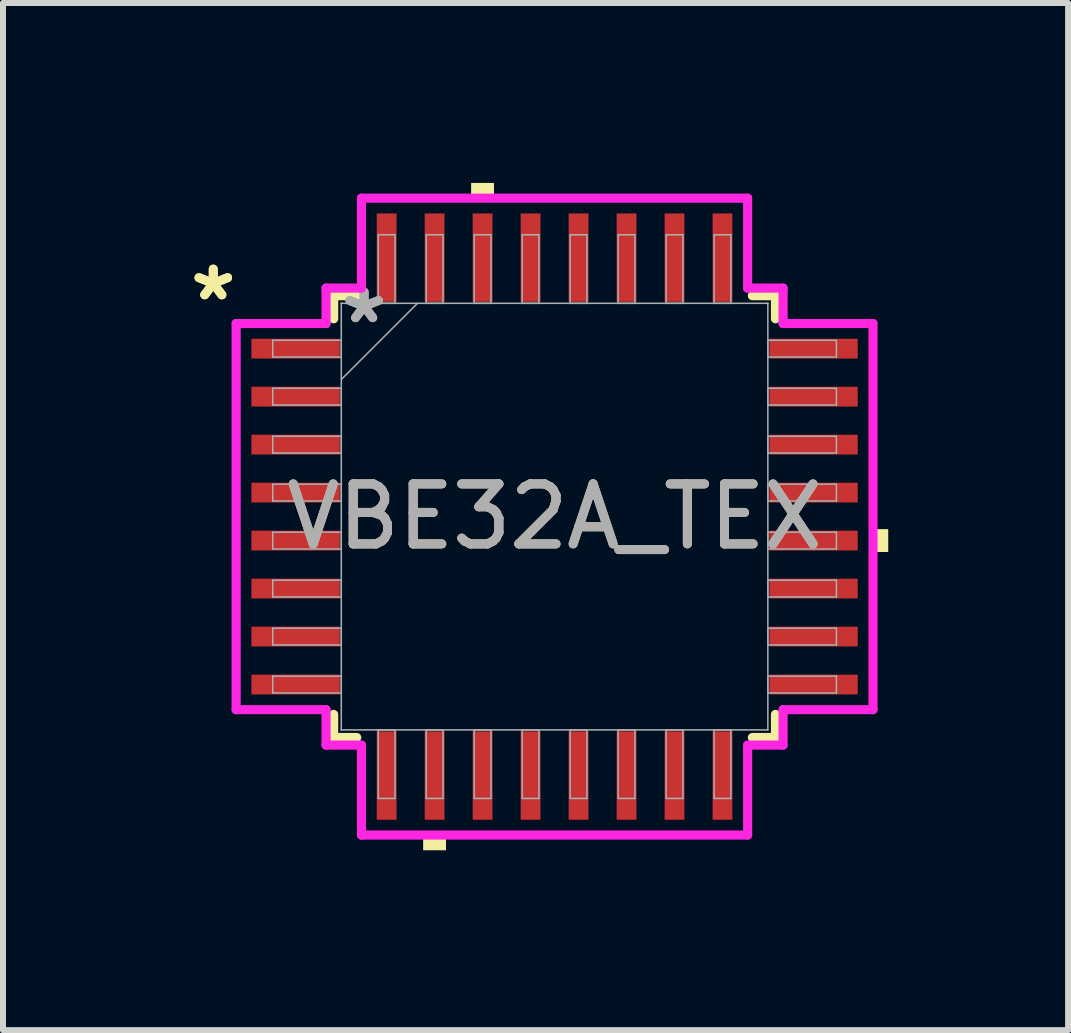
<source format=kicad_pcb>
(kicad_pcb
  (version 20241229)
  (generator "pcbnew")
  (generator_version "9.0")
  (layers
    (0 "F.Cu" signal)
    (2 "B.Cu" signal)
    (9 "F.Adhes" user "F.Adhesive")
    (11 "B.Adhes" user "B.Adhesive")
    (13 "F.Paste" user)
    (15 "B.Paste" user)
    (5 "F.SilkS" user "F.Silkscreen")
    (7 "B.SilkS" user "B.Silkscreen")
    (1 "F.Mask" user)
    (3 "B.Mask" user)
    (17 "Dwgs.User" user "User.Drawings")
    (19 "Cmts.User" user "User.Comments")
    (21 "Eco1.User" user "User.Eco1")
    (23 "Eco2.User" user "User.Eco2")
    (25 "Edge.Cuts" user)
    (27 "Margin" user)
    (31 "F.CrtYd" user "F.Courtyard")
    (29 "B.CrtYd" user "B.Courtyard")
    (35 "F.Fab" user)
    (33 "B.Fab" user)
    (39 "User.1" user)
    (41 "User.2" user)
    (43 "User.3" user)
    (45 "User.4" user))
  (footprint "VBE32A_TEX"
    (layer "F.Cu")
    (at 6.196 5.563)
    (property "Reference" "VBE32A_TEX" (at 0 0 0) (unlocked yes) (layer "F.SilkS") (effects (font (size 1 1) (thickness 0.15))))
    (attr smd)
    (fp_line (start -3.683 -3.683) (end -3.683 -3.298) (stroke (width 0.152) (type solid)) (layer "F.SilkS"))
    (fp_line (start -3.683 3.298) (end -3.683 3.683) (stroke (width 0.152) (type solid)) (layer "F.SilkS"))
    (fp_line (start -3.683 3.683) (end -3.298 3.683) (stroke (width 0.152) (type solid)) (layer "F.SilkS"))
    (fp_line (start -3.298 -3.683) (end -3.683 -3.683) (stroke (width 0.152) (type solid)) (layer "F.SilkS"))
    (fp_line (start 3.298 3.683) (end 3.683 3.683) (stroke (width 0.152) (type solid)) (layer "F.SilkS"))
    (fp_line (start 3.683 -3.683) (end 3.298 -3.683) (stroke (width 0.152) (type solid)) (layer "F.SilkS"))
    (fp_line (start 3.683 -3.298) (end 3.683 -3.683) (stroke (width 0.152) (type solid)) (layer "F.SilkS"))
    (fp_line (start 3.683 3.683) (end 3.683 3.298) (stroke (width 0.152) (type solid)) (layer "F.SilkS"))
    (fp_poly (pts (xy -2.191 5.309) (xy -2.191 5.563) (xy -1.81 5.563) (xy -1.81 5.309)) (stroke (width 0) (type solid)) (fill yes) (layer "F.SilkS"))
    (fp_poly (pts (xy -1.391 -5.309) (xy -1.391 -5.563) (xy -1.01 -5.563) (xy -1.01 -5.309)) (stroke (width 0) (type solid)) (fill yes) (layer "F.SilkS"))
    (fp_poly (pts (xy 5.563 0.209) (xy 5.563 0.59) (xy 5.309 0.59) (xy 5.309 0.209)) (stroke (width 0) (type solid)) (fill yes) (layer "F.SilkS"))
    (fp_line (start -5.309 -3.219) (end -3.81 -3.219) (stroke (width 0.152) (type solid)) (layer "F.CrtYd"))
    (fp_line (start -5.309 3.219) (end -5.309 -3.219) (stroke (width 0.152) (type solid)) (layer "F.CrtYd"))
    (fp_line (start -3.81 -3.81) (end -3.219 -3.81) (stroke (width 0.152) (type solid)) (layer "F.CrtYd"))
    (fp_line (start -3.81 -3.219) (end -3.81 -3.81) (stroke (width 0.152) (type solid)) (layer "F.CrtYd"))
    (fp_line (start -3.81 3.219) (end -5.309 3.219) (stroke (width 0.152) (type solid)) (layer "F.CrtYd"))
    (fp_line (start -3.81 3.81) (end -3.81 3.219) (stroke (width 0.152) (type solid)) (layer "F.CrtYd"))
    (fp_line (start -3.81 3.81) (end -3.219 3.81) (stroke (width 0.152) (type solid)) (layer "F.CrtYd"))
    (fp_line (start -3.219 -5.309) (end 3.219 -5.309) (stroke (width 0.152) (type solid)) (layer "F.CrtYd"))
    (fp_line (start -3.219 -3.81) (end -3.219 -5.309) (stroke (width 0.152) (type solid)) (layer "F.CrtYd"))
    (fp_line (start -3.219 3.81) (end -3.219 5.309) (stroke (width 0.152) (type solid)) (layer "F.CrtYd"))
    (fp_line (start -3.219 5.309) (end 3.219 5.309) (stroke (width 0.152) (type solid)) (layer "F.CrtYd"))
    (fp_line (start 3.219 -5.309) (end 3.219 -3.81) (stroke (width 0.152) (type solid)) (layer "F.CrtYd"))
    (fp_line (start 3.219 -3.81) (end 3.81 -3.81) (stroke (width 0.152) (type solid)) (layer "F.CrtYd"))
    (fp_line (start 3.219 3.81) (end 3.81 3.81) (stroke (width 0.152) (type solid)) (layer "F.CrtYd"))
    (fp_line (start 3.219 5.309) (end 3.219 3.81) (stroke (width 0.152) (type solid)) (layer "F.CrtYd"))
    (fp_line (start 3.81 -3.219) (end 3.81 -3.81) (stroke (width 0.152) (type solid)) (layer "F.CrtYd"))
    (fp_line (start 3.81 3.219) (end 5.309 3.219) (stroke (width 0.152) (type solid)) (layer "F.CrtYd"))
    (fp_line (start 3.81 3.81) (end 3.81 3.219) (stroke (width 0.152) (type solid)) (layer "F.CrtYd"))
    (fp_line (start 5.309 -3.219) (end 3.81 -3.219) (stroke (width 0.152) (type solid)) (layer "F.CrtYd"))
    (fp_line (start 5.309 3.219) (end 5.309 -3.219) (stroke (width 0.152) (type solid)) (layer "F.CrtYd"))
    (fp_line (start -4.699 -2.94) (end -4.699 -2.66) (stroke (width 0.025) (type solid)) (layer "F.Fab"))
    (fp_line (start -4.699 -2.66) (end -3.556 -2.66) (stroke (width 0.025) (type solid)) (layer "F.Fab"))
    (fp_line (start -4.699 -2.14) (end -4.699 -1.86) (stroke (width 0.025) (type solid)) (layer "F.Fab"))
    (fp_line (start -4.699 -1.86) (end -3.556 -1.86) (stroke (width 0.025) (type solid)) (layer "F.Fab"))
    (fp_line (start -4.699 -1.34) (end -4.699 -1.06) (stroke (width 0.025) (type solid)) (layer "F.Fab"))
    (fp_line (start -4.699 -1.06) (end -3.556 -1.06) (stroke (width 0.025) (type solid)) (layer "F.Fab"))
    (fp_line (start -4.699 -0.54) (end -4.699 -0.26) (stroke (width 0.025) (type solid)) (layer "F.Fab"))
    (fp_line (start -4.699 -0.26) (end -3.556 -0.26) (stroke (width 0.025) (type solid)) (layer "F.Fab"))
    (fp_line (start -4.699 0.26) (end -4.699 0.54) (stroke (width 0.025) (type solid)) (layer "F.Fab"))
    (fp_line (start -4.699 0.54) (end -3.556 0.54) (stroke (width 0.025) (type solid)) (layer "F.Fab"))
    (fp_line (start -4.699 1.06) (end -4.699 1.34) (stroke (width 0.025) (type solid)) (layer "F.Fab"))
    (fp_line (start -4.699 1.34) (end -3.556 1.34) (stroke (width 0.025) (type solid)) (layer "F.Fab"))
    (fp_line (start -4.699 1.86) (end -4.699 2.14) (stroke (width 0.025) (type solid)) (layer "F.Fab"))
    (fp_line (start -4.699 2.14) (end -3.556 2.14) (stroke (width 0.025) (type solid)) (layer "F.Fab"))
    (fp_line (start -4.699 2.66) (end -4.699 2.94) (stroke (width 0.025) (type solid)) (layer "F.Fab"))
    (fp_line (start -4.699 2.94) (end -3.556 2.94) (stroke (width 0.025) (type solid)) (layer "F.Fab"))
    (fp_line (start -3.556 -3.556) (end -3.556 -3.556) (stroke (width 0.025) (type solid)) (layer "F.Fab"))
    (fp_line (start -3.556 -3.556) (end -3.556 3.556) (stroke (width 0.025) (type solid)) (layer "F.Fab"))
    (fp_line (start -3.556 -2.94) (end -4.699 -2.94) (stroke (width 0.025) (type solid)) (layer "F.Fab"))
    (fp_line (start -3.556 -2.66) (end -3.556 -2.94) (stroke (width 0.025) (type solid)) (layer "F.Fab"))
    (fp_line (start -3.556 -2.286) (end -2.286 -3.556) (stroke (width 0.025) (type solid)) (layer "F.Fab"))
    (fp_line (start -3.556 -2.14) (end -4.699 -2.14) (stroke (width 0.025) (type solid)) (layer "F.Fab"))
    (fp_line (start -3.556 -1.86) (end -3.556 -2.14) (stroke (width 0.025) (type solid)) (layer "F.Fab"))
    (fp_line (start -3.556 -1.34) (end -4.699 -1.34) (stroke (width 0.025) (type solid)) (layer "F.Fab"))
    (fp_line (start -3.556 -1.06) (end -3.556 -1.34) (stroke (width 0.025) (type solid)) (layer "F.Fab"))
    (fp_line (start -3.556 -0.54) (end -4.699 -0.54) (stroke (width 0.025) (type solid)) (layer "F.Fab"))
    (fp_line (start -3.556 -0.26) (end -3.556 -0.54) (stroke (width 0.025) (type solid)) (layer "F.Fab"))
    (fp_line (start -3.556 0.26) (end -4.699 0.26) (stroke (width 0.025) (type solid)) (layer "F.Fab"))
    (fp_line (start -3.556 0.54) (end -3.556 0.26) (stroke (width 0.025) (type solid)) (layer "F.Fab"))
    (fp_line (start -3.556 1.06) (end -4.699 1.06) (stroke (width 0.025) (type solid)) (layer "F.Fab"))
    (fp_line (start -3.556 1.34) (end -3.556 1.06) (stroke (width 0.025) (type solid)) (layer "F.Fab"))
    (fp_line (start -3.556 1.86) (end -4.699 1.86) (stroke (width 0.025) (type solid)) (layer "F.Fab"))
    (fp_line (start -3.556 2.14) (end -3.556 1.86) (stroke (width 0.025) (type solid)) (layer "F.Fab"))
    (fp_line (start -3.556 2.66) (end -4.699 2.66) (stroke (width 0.025) (type solid)) (layer "F.Fab"))
    (fp_line (start -3.556 2.94) (end -3.556 2.66) (stroke (width 0.025) (type solid)) (layer "F.Fab"))
    (fp_line (start -3.556 3.556) (end -3.556 3.556) (stroke (width 0.025) (type solid)) (layer "F.Fab"))
    (fp_line (start -3.556 3.556) (end 3.556 3.556) (stroke (width 0.025) (type solid)) (layer "F.Fab"))
    (fp_line (start -2.94 -4.699) (end -2.94 -3.556) (stroke (width 0.025) (type solid)) (layer "F.Fab"))
    (fp_line (start -2.94 -3.556) (end -2.66 -3.556) (stroke (width 0.025) (type solid)) (layer "F.Fab"))
    (fp_line (start -2.94 3.556) (end -2.94 4.699) (stroke (width 0.025) (type solid)) (layer "F.Fab"))
    (fp_line (start -2.94 4.699) (end -2.66 4.699) (stroke (width 0.025) (type solid)) (layer "F.Fab"))
    (fp_line (start -2.66 -4.699) (end -2.94 -4.699) (stroke (width 0.025) (type solid)) (layer "F.Fab"))
    (fp_line (start -2.66 -3.556) (end -2.66 -4.699) (stroke (width 0.025) (type solid)) (layer "F.Fab"))
    (fp_line (start -2.66 3.556) (end -2.94 3.556) (stroke (width 0.025) (type solid)) (layer "F.Fab"))
    (fp_line (start -2.66 4.699) (end -2.66 3.556) (stroke (width 0.025) (type solid)) (layer "F.Fab"))
    (fp_line (start -2.14 -4.699) (end -2.14 -3.556) (stroke (width 0.025) (type solid)) (layer "F.Fab"))
    (fp_line (start -2.14 -3.556) (end -1.86 -3.556) (stroke (width 0.025) (type solid)) (layer "F.Fab"))
    (fp_line (start -2.14 3.556) (end -2.14 4.699) (stroke (width 0.025) (type solid)) (layer "F.Fab"))
    (fp_line (start -2.14 4.699) (end -1.86 4.699) (stroke (width 0.025) (type solid)) (layer "F.Fab"))
    (fp_line (start -1.86 -4.699) (end -2.14 -4.699) (stroke (width 0.025) (type solid)) (layer "F.Fab"))
    (fp_line (start -1.86 -3.556) (end -1.86 -4.699) (stroke (width 0.025) (type solid)) (layer "F.Fab"))
    (fp_line (start -1.86 3.556) (end -2.14 3.556) (stroke (width 0.025) (type solid)) (layer "F.Fab"))
    (fp_line (start -1.86 4.699) (end -1.86 3.556) (stroke (width 0.025) (type solid)) (layer "F.Fab"))
    (fp_line (start -1.34 -4.699) (end -1.34 -3.556) (stroke (width 0.025) (type solid)) (layer "F.Fab"))
    (fp_line (start -1.34 -3.556) (end -1.06 -3.556) (stroke (width 0.025) (type solid)) (layer "F.Fab"))
    (fp_line (start -1.34 3.556) (end -1.34 4.699) (stroke (width 0.025) (type solid)) (layer "F.Fab"))
    (fp_line (start -1.34 4.699) (end -1.06 4.699) (stroke (width 0.025) (type solid)) (layer "F.Fab"))
    (fp_line (start -1.06 -4.699) (end -1.34 -4.699) (stroke (width 0.025) (type solid)) (layer "F.Fab"))
    (fp_line (start -1.06 -3.556) (end -1.06 -4.699) (stroke (width 0.025) (type solid)) (layer "F.Fab"))
    (fp_line (start -1.06 3.556) (end -1.34 3.556) (stroke (width 0.025) (type solid)) (layer "F.Fab"))
    (fp_line (start -1.06 4.699) (end -1.06 3.556) (stroke (width 0.025) (type solid)) (layer "F.Fab"))
    (fp_line (start -0.54 -4.699) (end -0.54 -3.556) (stroke (width 0.025) (type solid)) (layer "F.Fab"))
    (fp_line (start -0.54 -3.556) (end -0.26 -3.556) (stroke (width 0.025) (type solid)) (layer "F.Fab"))
    (fp_line (start -0.54 3.556) (end -0.54 4.699) (stroke (width 0.025) (type solid)) (layer "F.Fab"))
    (fp_line (start -0.54 4.699) (end -0.26 4.699) (stroke (width 0.025) (type solid)) (layer "F.Fab"))
    (fp_line (start -0.26 -4.699) (end -0.54 -4.699) (stroke (width 0.025) (type solid)) (layer "F.Fab"))
    (fp_line (start -0.26 -3.556) (end -0.26 -4.699) (stroke (width 0.025) (type solid)) (layer "F.Fab"))
    (fp_line (start -0.26 3.556) (end -0.54 3.556) (stroke (width 0.025) (type solid)) (layer "F.Fab"))
    (fp_line (start -0.26 4.699) (end -0.26 3.556) (stroke (width 0.025) (type solid)) (layer "F.Fab"))
    (fp_line (start 0.26 -4.699) (end 0.26 -3.556) (stroke (width 0.025) (type solid)) (layer "F.Fab"))
    (fp_line (start 0.26 -3.556) (end 0.54 -3.556) (stroke (width 0.025) (type solid)) (layer "F.Fab"))
    (fp_line (start 0.26 3.556) (end 0.26 4.699) (stroke (width 0.025) (type solid)) (layer "F.Fab"))
    (fp_line (start 0.26 4.699) (end 0.54 4.699) (stroke (width 0.025) (type solid)) (layer "F.Fab"))
    (fp_line (start 0.54 -4.699) (end 0.26 -4.699) (stroke (width 0.025) (type solid)) (layer "F.Fab"))
    (fp_line (start 0.54 -3.556) (end 0.54 -4.699) (stroke (width 0.025) (type solid)) (layer "F.Fab"))
    (fp_line (start 0.54 3.556) (end 0.26 3.556) (stroke (width 0.025) (type solid)) (layer "F.Fab"))
    (fp_line (start 0.54 4.699) (end 0.54 3.556) (stroke (width 0.025) (type solid)) (layer "F.Fab"))
    (fp_line (start 1.06 -4.699) (end 1.06 -3.556) (stroke (width 0.025) (type solid)) (layer "F.Fab"))
    (fp_line (start 1.06 -3.556) (end 1.34 -3.556) (stroke (width 0.025) (type solid)) (layer "F.Fab"))
    (fp_line (start 1.06 3.556) (end 1.06 4.699) (stroke (width 0.025) (type solid)) (layer "F.Fab"))
    (fp_line (start 1.06 4.699) (end 1.34 4.699) (stroke (width 0.025) (type solid)) (layer "F.Fab"))
    (fp_line (start 1.34 -4.699) (end 1.06 -4.699) (stroke (width 0.025) (type solid)) (layer "F.Fab"))
    (fp_line (start 1.34 -3.556) (end 1.34 -4.699) (stroke (width 0.025) (type solid)) (layer "F.Fab"))
    (fp_line (start 1.34 3.556) (end 1.06 3.556) (stroke (width 0.025) (type solid)) (layer "F.Fab"))
    (fp_line (start 1.34 4.699) (end 1.34 3.556) (stroke (width 0.025) (type solid)) (layer "F.Fab"))
    (fp_line (start 1.86 -4.699) (end 1.86 -3.556) (stroke (width 0.025) (type solid)) (layer "F.Fab"))
    (fp_line (start 1.86 -3.556) (end 2.14 -3.556) (stroke (width 0.025) (type solid)) (layer "F.Fab"))
    (fp_line (start 1.86 3.556) (end 1.86 4.699) (stroke (width 0.025) (type solid)) (layer "F.Fab"))
    (fp_line (start 1.86 4.699) (end 2.14 4.699) (stroke (width 0.025) (type solid)) (layer "F.Fab"))
    (fp_line (start 2.14 -4.699) (end 1.86 -4.699) (stroke (width 0.025) (type solid)) (layer "F.Fab"))
    (fp_line (start 2.14 -3.556) (end 2.14 -4.699) (stroke (width 0.025) (type solid)) (layer "F.Fab"))
    (fp_line (start 2.14 3.556) (end 1.86 3.556) (stroke (width 0.025) (type solid)) (layer "F.Fab"))
    (fp_line (start 2.14 4.699) (end 2.14 3.556) (stroke (width 0.025) (type solid)) (layer "F.Fab"))
    (fp_line (start 2.66 -4.699) (end 2.66 -3.556) (stroke (width 0.025) (type solid)) (layer "F.Fab"))
    (fp_line (start 2.66 -3.556) (end 2.94 -3.556) (stroke (width 0.025) (type solid)) (layer "F.Fab"))
    (fp_line (start 2.66 3.556) (end 2.66 4.699) (stroke (width 0.025) (type solid)) (layer "F.Fab"))
    (fp_line (start 2.66 4.699) (end 2.94 4.699) (stroke (width 0.025) (type solid)) (layer "F.Fab"))
    (fp_line (start 2.94 -4.699) (end 2.66 -4.699) (stroke (width 0.025) (type solid)) (layer "F.Fab"))
    (fp_line (start 2.94 -3.556) (end 2.94 -4.699) (stroke (width 0.025) (type solid)) (layer "F.Fab"))
    (fp_line (start 2.94 3.556) (end 2.66 3.556) (stroke (width 0.025) (type solid)) (layer "F.Fab"))
    (fp_line (start 2.94 4.699) (end 2.94 3.556) (stroke (width 0.025) (type solid)) (layer "F.Fab"))
    (fp_line (start 3.556 -3.556) (end -3.556 -3.556) (stroke (width 0.025) (type solid)) (layer "F.Fab"))
    (fp_line (start 3.556 -3.556) (end 3.556 -3.556) (stroke (width 0.025) (type solid)) (layer "F.Fab"))
    (fp_line (start 3.556 -2.94) (end 3.556 -2.66) (stroke (width 0.025) (type solid)) (layer "F.Fab"))
    (fp_line (start 3.556 -2.66) (end 4.699 -2.66) (stroke (width 0.025) (type solid)) (layer "F.Fab"))
    (fp_line (start 3.556 -2.14) (end 3.556 -1.86) (stroke (width 0.025) (type solid)) (layer "F.Fab"))
    (fp_line (start 3.556 -1.86) (end 4.699 -1.86) (stroke (width 0.025) (type solid)) (layer "F.Fab"))
    (fp_line (start 3.556 -1.34) (end 3.556 -1.06) (stroke (width 0.025) (type solid)) (layer "F.Fab"))
    (fp_line (start 3.556 -1.06) (end 4.699 -1.06) (stroke (width 0.025) (type solid)) (layer "F.Fab"))
    (fp_line (start 3.556 -0.54) (end 3.556 -0.26) (stroke (width 0.025) (type solid)) (layer "F.Fab"))
    (fp_line (start 3.556 -0.26) (end 4.699 -0.26) (stroke (width 0.025) (type solid)) (layer "F.Fab"))
    (fp_line (start 3.556 0.26) (end 3.556 0.54) (stroke (width 0.025) (type solid)) (layer "F.Fab"))
    (fp_line (start 3.556 0.54) (end 4.699 0.54) (stroke (width 0.025) (type solid)) (layer "F.Fab"))
    (fp_line (start 3.556 1.06) (end 3.556 1.34) (stroke (width 0.025) (type solid)) (layer "F.Fab"))
    (fp_line (start 3.556 1.34) (end 4.699 1.34) (stroke (width 0.025) (type solid)) (layer "F.Fab"))
    (fp_line (start 3.556 1.86) (end 3.556 2.14) (stroke (width 0.025) (type solid)) (layer "F.Fab"))
    (fp_line (start 3.556 2.14) (end 4.699 2.14) (stroke (width 0.025) (type solid)) (layer "F.Fab"))
    (fp_line (start 3.556 2.66) (end 3.556 2.94) (stroke (width 0.025) (type solid)) (layer "F.Fab"))
    (fp_line (start 3.556 2.94) (end 4.699 2.94) (stroke (width 0.025) (type solid)) (layer "F.Fab"))
    (fp_line (start 3.556 3.556) (end 3.556 -3.556) (stroke (width 0.025) (type solid)) (layer "F.Fab"))
    (fp_line (start 3.556 3.556) (end 3.556 3.556) (stroke (width 0.025) (type solid)) (layer "F.Fab"))
    (fp_line (start 4.699 -2.94) (end 3.556 -2.94) (stroke (width 0.025) (type solid)) (layer "F.Fab"))
    (fp_line (start 4.699 -2.66) (end 4.699 -2.94) (stroke (width 0.025) (type solid)) (layer "F.Fab"))
    (fp_line (start 4.699 -2.14) (end 3.556 -2.14) (stroke (width 0.025) (type solid)) (layer "F.Fab"))
    (fp_line (start 4.699 -1.86) (end 4.699 -2.14) (stroke (width 0.025) (type solid)) (layer "F.Fab"))
    (fp_line (start 4.699 -1.34) (end 3.556 -1.34) (stroke (width 0.025) (type solid)) (layer "F.Fab"))
    (fp_line (start 4.699 -1.06) (end 4.699 -1.34) (stroke (width 0.025) (type solid)) (layer "F.Fab"))
    (fp_line (start 4.699 -0.54) (end 3.556 -0.54) (stroke (width 0.025) (type solid)) (layer "F.Fab"))
    (fp_line (start 4.699 -0.26) (end 4.699 -0.54) (stroke (width 0.025) (type solid)) (layer "F.Fab"))
    (fp_line (start 4.699 0.26) (end 3.556 0.26) (stroke (width 0.025) (type solid)) (layer "F.Fab"))
    (fp_line (start 4.699 0.54) (end 4.699 0.26) (stroke (width 0.025) (type solid)) (layer "F.Fab"))
    (fp_line (start 4.699 1.06) (end 3.556 1.06) (stroke (width 0.025) (type solid)) (layer "F.Fab"))
    (fp_line (start 4.699 1.34) (end 4.699 1.06) (stroke (width 0.025) (type solid)) (layer "F.Fab"))
    (fp_line (start 4.699 1.86) (end 3.556 1.86) (stroke (width 0.025) (type solid)) (layer "F.Fab"))
    (fp_line (start 4.699 2.14) (end 4.699 1.86) (stroke (width 0.025) (type solid)) (layer "F.Fab"))
    (fp_line (start 4.699 2.66) (end 3.556 2.66) (stroke (width 0.025) (type solid)) (layer "F.Fab"))
    (fp_line (start 4.699 2.94) (end 4.699 2.66) (stroke (width 0.025) (type solid)) (layer "F.Fab"))
    (fp_text user "*" (at -5.69 -3.581 0) (unlocked yes) (layer "F.SilkS") (effects (font (size 1 1) (thickness 0.15))))
    (fp_text user "*" (at -5.69 -3.581 0) (layer "F.SilkS") (effects (font (size 1 1) (thickness 0.15))))
    (fp_text user "${REFERENCE}" (at 0 0 0) (unlocked yes) (layer "F.Fab") (effects (font (size 1 1) (thickness 0.15))))
    (fp_text user "*" (at -3.175 -3.2 0) (layer "F.Fab") (effects (font (size 1 1) (thickness 0.15))))
    (fp_text user "*" (at -3.175 -3.2 0) (unlocked yes) (layer "F.Fab") (effects (font (size 1 1) (thickness 0.15))))
    (pad "1" smd rect (at -4.318 -2.8 90) (size 0.33 1.473) (layers "F.Cu" "F.Mask" "F.Paste"))
    (pad "2" smd rect (at -4.318 -2 90) (size 0.33 1.473) (layers "F.Cu" "F.Mask" "F.Paste"))
    (pad "3" smd rect (at -4.318 -1.2 90) (size 0.33 1.473) (layers "F.Cu" "F.Mask" "F.Paste"))
    (pad "4" smd rect (at -4.318 -0.4 90) (size 0.33 1.473) (layers "F.Cu" "F.Mask" "F.Paste"))
    (pad "5" smd rect (at -4.318 0.4 90) (size 0.33 1.473) (layers "F.Cu" "F.Mask" "F.Paste"))
    (pad "6" smd rect (at -4.318 1.2 90) (size 0.33 1.473) (layers "F.Cu" "F.Mask" "F.Paste"))
    (pad "7" smd rect (at -4.318 2 90) (size 0.33 1.473) (layers "F.Cu" "F.Mask" "F.Paste"))
    (pad "8" smd rect (at -4.318 2.8 90) (size 0.33 1.473) (layers "F.Cu" "F.Mask" "F.Paste"))
    (pad "9" smd rect (at -2.8 4.318) (size 0.33 1.473) (layers "F.Cu" "F.Mask" "F.Paste"))
    (pad "10" smd rect (at -2 4.318) (size 0.33 1.473) (layers "F.Cu" "F.Mask" "F.Paste"))
    (pad "11" smd rect (at -1.2 4.318) (size 0.33 1.473) (layers "F.Cu" "F.Mask" "F.Paste"))
    (pad "12" smd rect (at -0.4 4.318) (size 0.33 1.473) (layers "F.Cu" "F.Mask" "F.Paste"))
    (pad "13" smd rect (at 0.4 4.318) (size 0.33 1.473) (layers "F.Cu" "F.Mask" "F.Paste"))
    (pad "14" smd rect (at 1.2 4.318) (size 0.33 1.473) (layers "F.Cu" "F.Mask" "F.Paste"))
    (pad "15" smd rect (at 2 4.318) (size 0.33 1.473) (layers "F.Cu" "F.Mask" "F.Paste"))
    (pad "16" smd rect (at 2.8 4.318) (size 0.33 1.473) (layers "F.Cu" "F.Mask" "F.Paste"))
    (pad "17" smd rect (at 4.318 2.8 90) (size 0.33 1.473) (layers "F.Cu" "F.Mask" "F.Paste"))
    (pad "18" smd rect (at 4.318 2 90) (size 0.33 1.473) (layers "F.Cu" "F.Mask" "F.Paste"))
    (pad "19" smd rect (at 4.318 1.2 90) (size 0.33 1.473) (layers "F.Cu" "F.Mask" "F.Paste"))
    (pad "20" smd rect (at 4.318 0.4 90) (size 0.33 1.473) (layers "F.Cu" "F.Mask" "F.Paste"))
    (pad "21" smd rect (at 4.318 -0.4 90) (size 0.33 1.473) (layers "F.Cu" "F.Mask" "F.Paste"))
    (pad "22" smd rect (at 4.318 -1.2 90) (size 0.33 1.473) (layers "F.Cu" "F.Mask" "F.Paste"))
    (pad "23" smd rect (at 4.318 -2 90) (size 0.33 1.473) (layers "F.Cu" "F.Mask" "F.Paste"))
    (pad "24" smd rect (at 4.318 -2.8 90) (size 0.33 1.473) (layers "F.Cu" "F.Mask" "F.Paste"))
    (pad "25" smd rect (at 2.8 -4.318) (size 0.33 1.473) (layers "F.Cu" "F.Mask" "F.Paste"))
    (pad "26" smd rect (at 2 -4.318) (size 0.33 1.473) (layers "F.Cu" "F.Mask" "F.Paste"))
    (pad "27" smd rect (at 1.2 -4.318) (size 0.33 1.473) (layers "F.Cu" "F.Mask" "F.Paste"))
    (pad "28" smd rect (at 0.4 -4.318) (size 0.33 1.473) (layers "F.Cu" "F.Mask" "F.Paste"))
    (pad "29" smd rect (at -0.4 -4.318) (size 0.33 1.473) (layers "F.Cu" "F.Mask" "F.Paste"))
    (pad "30" smd rect (at -1.2 -4.318) (size 0.33 1.473) (layers "F.Cu" "F.Mask" "F.Paste"))
    (pad "31" smd rect (at -2 -4.318) (size 0.33 1.473) (layers "F.Cu" "F.Mask" "F.Paste"))
    (pad "32" smd rect (at -2.8 -4.318) (size 0.33 1.473) (layers "F.Cu" "F.Mask" "F.Paste")))
  (gr_rect
    (start -3 -3)
    (end 14.758 14.125)
    (stroke (width 0.1) (type default))
    (fill no)
    (layer "Edge.Cuts")))
</source>
